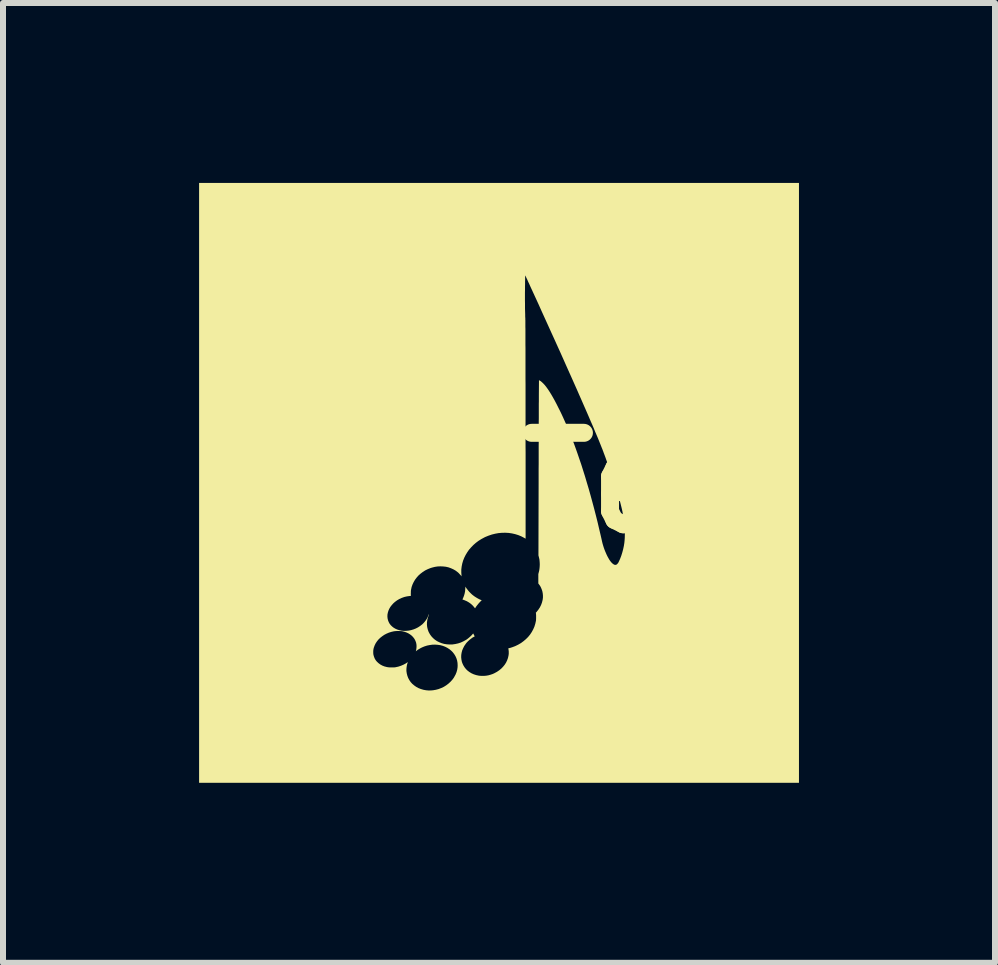
<source format=kicad_pcb>
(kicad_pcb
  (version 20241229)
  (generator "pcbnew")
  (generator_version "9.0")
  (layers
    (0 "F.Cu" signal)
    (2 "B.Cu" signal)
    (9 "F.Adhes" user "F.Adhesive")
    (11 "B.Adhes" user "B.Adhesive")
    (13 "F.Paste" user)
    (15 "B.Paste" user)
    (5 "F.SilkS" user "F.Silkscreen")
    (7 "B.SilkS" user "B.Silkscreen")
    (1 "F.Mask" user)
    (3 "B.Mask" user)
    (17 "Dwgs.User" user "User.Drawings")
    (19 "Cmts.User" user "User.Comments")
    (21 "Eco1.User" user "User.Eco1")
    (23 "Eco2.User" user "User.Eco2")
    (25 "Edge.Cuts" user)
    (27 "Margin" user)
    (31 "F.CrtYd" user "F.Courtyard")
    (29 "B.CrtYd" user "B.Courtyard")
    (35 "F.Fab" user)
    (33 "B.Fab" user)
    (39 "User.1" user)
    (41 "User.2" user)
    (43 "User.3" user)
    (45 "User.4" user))
  (footprint "LogoTest"
    (layer "F.Cu")
    (at 5.269 5)
    (property "Reference" "LogoTest" (at 0 0 0) (layer "F.SilkS") (effects (font (size 1.524 1.524) (thickness 0.3))))
    (attr board_only exclude_from_pos_files exclude_from_bom)
    (fp_poly (pts (xy -0.552 1.744) (xy -0.536 1.767) (xy -0.517 1.791) (xy -0.496 1.816) (xy -0.473 1.839) (xy -0.451 1.86) (xy -0.435 1.873) (xy -0.411 1.891) (xy -0.385 1.908) (xy -0.358 1.924) (xy -0.332 1.938) (xy -0.308 1.949) (xy -0.304 1.95) (xy -0.297 1.953) (xy -0.292 1.956) (xy -0.29 1.958) (xy -0.292 1.96) (xy -0.296 1.965) (xy -0.302 1.97) (xy -0.312 1.979) (xy -0.324 1.992) (xy -0.338 2.007) (xy -0.351 2.023) (xy -0.365 2.04) (xy -0.377 2.056) (xy -0.387 2.07) (xy -0.393 2.081) (xy -0.397 2.086) (xy -0.399 2.09) (xy -0.4 2.09) (xy -0.402 2.088) (xy -0.406 2.083) (xy -0.412 2.076) (xy -0.413 2.074) (xy -0.438 2.045) (xy -0.467 2.018) (xy -0.5 1.994) (xy -0.536 1.973) (xy -0.573 1.957) (xy -0.592 1.95) (xy -0.601 1.947) (xy -0.607 1.945) (xy -0.609 1.944) (xy -0.609 1.944) (xy -0.609 1.941) (xy -0.606 1.936) (xy -0.603 1.927) (xy -0.6 1.922) (xy -0.585 1.884) (xy -0.574 1.847) (xy -0.566 1.808) (xy -0.563 1.768) (xy -0.563 1.766) (xy -0.561 1.729)) (stroke (width 0) (type solid)) (fill yes) (layer "F.SilkS"))
    (fp_poly (pts (xy 5 5) (xy -5 5) (xy -5 2.826) (xy -2.097 2.826) (xy -2.096 2.851) (xy -2.093 2.869) (xy -2.083 2.902) (xy -2.07 2.933) (xy -2.052 2.961) (xy -2.035 2.981) (xy -2.008 3.006) (xy -1.978 3.028) (xy -1.945 3.046) (xy -1.909 3.06) (xy -1.869 3.07) (xy -1.864 3.071) (xy -1.851 3.073) (xy -1.834 3.075) (xy -1.815 3.076) (xy -1.795 3.076) (xy -1.775 3.076) (xy -1.755 3.076) (xy -1.739 3.075) (xy -1.725 3.073) (xy -1.725 3.073) (xy -1.679 3.063) (xy -1.634 3.048) (xy -1.592 3.03) (xy -1.553 3.009) (xy -1.542 3.001) (xy -1.533 2.996) (xy -1.526 2.991) (xy -1.522 2.989) (xy -1.521 2.989) (xy -1.521 2.991) (xy -1.523 2.997) (xy -1.525 3.002) (xy -1.531 3.02) (xy -1.536 3.041) (xy -1.54 3.065) (xy -1.543 3.09) (xy -1.544 3.113) (xy -1.544 3.134) (xy -1.544 3.136) (xy -1.538 3.177) (xy -1.528 3.216) (xy -1.514 3.253) (xy -1.495 3.288) (xy -1.473 3.32) (xy -1.446 3.35) (xy -1.415 3.376) (xy -1.381 3.4) (xy -1.347 3.419) (xy -1.304 3.436) (xy -1.26 3.449) (xy -1.215 3.457) (xy -1.168 3.461) (xy -1.121 3.459) (xy -1.101 3.457) (xy -1.054 3.449) (xy -1.008 3.437) (xy -0.964 3.42) (xy -0.921 3.4) (xy -0.881 3.375) (xy -0.844 3.347) (xy -0.81 3.316) (xy -0.779 3.282) (xy -0.752 3.245) (xy -0.745 3.232) (xy -0.724 3.194) (xy -0.708 3.154) (xy -0.697 3.114) (xy -0.691 3.073) (xy -0.69 3.041) (xy -0.692 3) (xy -0.699 2.96) (xy -0.711 2.922) (xy -0.727 2.887) (xy -0.748 2.853) (xy -0.773 2.821) (xy -0.794 2.8) (xy -0.826 2.773) (xy -0.862 2.75) (xy -0.899 2.731) (xy -0.939 2.716) (xy -0.98 2.705) (xy -1.023 2.699) (xy -1.066 2.696) (xy -1.111 2.697) (xy -1.155 2.703) (xy -1.2 2.712) (xy -1.244 2.726) (xy -1.287 2.744) (xy -1.292 2.747) (xy -1.312 2.757) (xy -1.332 2.769) (xy -1.351 2.78) (xy -1.367 2.792) (xy -1.377 2.799) (xy -1.387 2.808) (xy -1.384 2.796) (xy -1.379 2.772) (xy -1.376 2.745) (xy -1.375 2.718) (xy -1.377 2.691) (xy -1.382 2.667) (xy -1.382 2.664) (xy -1.394 2.632) (xy -1.409 2.602) (xy -1.429 2.575) (xy -1.452 2.55) (xy -1.48 2.528) (xy -1.51 2.509) (xy -1.544 2.493) (xy -1.58 2.481) (xy -1.613 2.473) (xy -1.629 2.471) (xy -1.649 2.47) (xy -1.672 2.469) (xy -1.695 2.469) (xy -1.717 2.47) (xy -1.736 2.472) (xy -1.749 2.473) (xy -1.793 2.483) (xy -1.835 2.496) (xy -1.875 2.513) (xy -1.913 2.533) (xy -1.948 2.557) (xy -1.981 2.583) (xy -2.01 2.611) (xy -2.035 2.642) (xy -2.057 2.675) (xy -2.074 2.71) (xy -2.087 2.746) (xy -2.089 2.752) (xy -2.094 2.775) (xy -2.097 2.801) (xy -2.097 2.826) (xy -5 2.826) (xy -5 2.228) (xy -1.861 2.228) (xy -1.858 2.259) (xy -1.851 2.289) (xy -1.84 2.318) (xy -1.825 2.346) (xy -1.805 2.372) (xy -1.781 2.395) (xy -1.761 2.411) (xy -1.73 2.43) (xy -1.696 2.445) (xy -1.66 2.456) (xy -1.622 2.464) (xy -1.584 2.467) (xy -1.544 2.466) (xy -1.504 2.462) (xy -1.465 2.454) (xy -1.425 2.442) (xy -1.387 2.427) (xy -1.35 2.408) (xy -1.315 2.385) (xy -1.281 2.359) (xy -1.269 2.348) (xy -1.245 2.322) (xy -1.223 2.294) (xy -1.204 2.265) (xy -1.189 2.236) (xy -1.18 2.211) (xy -1.176 2.201) (xy -1.173 2.194) (xy -1.17 2.192) (xy -1.168 2.194) (xy -1.169 2.197) (xy -1.184 2.239) (xy -1.195 2.281) (xy -1.201 2.322) (xy -1.202 2.363) (xy -1.198 2.402) (xy -1.189 2.441) (xy -1.176 2.478) (xy -1.171 2.489) (xy -1.151 2.525) (xy -1.128 2.557) (xy -1.1 2.587) (xy -1.069 2.614) (xy -1.035 2.637) (xy -0.997 2.656) (xy -0.957 2.672) (xy -0.915 2.684) (xy -0.869 2.691) (xy -0.823 2.694) (xy -0.776 2.693) (xy -0.729 2.686) (xy -0.683 2.676) (xy -0.637 2.661) (xy -0.594 2.641) (xy -0.552 2.618) (xy -0.542 2.612) (xy -0.515 2.592) (xy -0.489 2.57) (xy -0.463 2.546) (xy -0.442 2.523) (xy -0.431 2.51) (xy -0.418 2.534) (xy -0.413 2.544) (xy -0.409 2.552) (xy -0.406 2.557) (xy -0.406 2.559) (xy -0.408 2.56) (xy -0.413 2.563) (xy -0.417 2.565) (xy -0.441 2.578) (xy -0.465 2.596) (xy -0.49 2.615) (xy -0.514 2.637) (xy -0.536 2.659) (xy -0.554 2.681) (xy -0.554 2.682) (xy -0.579 2.718) (xy -0.598 2.755) (xy -0.614 2.792) (xy -0.624 2.831) (xy -0.63 2.869) (xy -0.631 2.908) (xy -0.627 2.946) (xy -0.619 2.984) (xy -0.61 3.009) (xy -0.594 3.043) (xy -0.574 3.075) (xy -0.55 3.105) (xy -0.523 3.131) (xy -0.492 3.154) (xy -0.457 3.175) (xy -0.421 3.191) (xy -0.381 3.204) (xy -0.339 3.213) (xy -0.336 3.214) (xy -0.319 3.215) (xy -0.299 3.217) (xy -0.277 3.217) (xy -0.255 3.217) (xy -0.235 3.216) (xy -0.217 3.214) (xy -0.213 3.214) (xy -0.174 3.207) (xy -0.139 3.197) (xy -0.104 3.185) (xy -0.074 3.171) (xy -0.034 3.149) (xy 0.003 3.124) (xy 0.037 3.096) (xy 0.067 3.065) (xy 0.094 3.032) (xy 0.117 2.996) (xy 0.135 2.958) (xy 0.149 2.919) (xy 0.158 2.879) (xy 0.16 2.865) (xy 0.162 2.849) (xy 0.162 2.83) (xy 0.162 2.811) (xy 0.16 2.792) (xy 0.158 2.777) (xy 0.157 2.773) (xy 0.156 2.765) (xy 0.155 2.76) (xy 0.156 2.758) (xy 0.159 2.757) (xy 0.165 2.755) (xy 0.174 2.753) (xy 0.177 2.753) (xy 0.198 2.747) (xy 0.222 2.739) (xy 0.246 2.73) (xy 0.27 2.721) (xy 0.272 2.72) (xy 0.321 2.696) (xy 0.367 2.669) (xy 0.409 2.638) (xy 0.449 2.604) (xy 0.485 2.568) (xy 0.517 2.529) (xy 0.545 2.487) (xy 0.569 2.443) (xy 0.589 2.398) (xy 0.604 2.35) (xy 0.615 2.301) (xy 0.615 2.299) (xy 0.617 2.289) (xy 0.617 2.275) (xy 0.618 2.259) (xy 0.618 2.242) (xy 0.618 2.225) (xy 0.618 2.208) (xy 0.617 2.194) (xy 0.617 2.182) (xy 0.616 2.177) (xy 0.613 2.165) (xy 0.627 2.15) (xy 0.656 2.113) (xy 0.681 2.075) (xy 0.701 2.035) (xy 0.716 1.994) (xy 0.727 1.95) (xy 0.728 1.944) (xy 0.732 1.912) (xy 0.732 1.878) (xy 0.729 1.844) (xy 0.723 1.811) (xy 0.717 1.79) (xy 0.706 1.761) (xy 0.693 1.732) (xy 0.677 1.706) (xy 0.665 1.69) (xy 0.655 1.677) (xy 0.655 1.52) (xy 0.662 1.492) (xy 0.669 1.465) (xy 0.673 1.439) (xy 0.676 1.414) (xy 0.678 1.387) (xy 0.679 1.359) (xy 0.678 1.33) (xy 0.676 1.304) (xy 0.674 1.28) (xy 0.669 1.257) (xy 0.663 1.232) (xy 0.657 1.209) (xy 0.66 0.001) (xy 0.66 -0.079) (xy 0.66 -0.158) (xy 0.66 -0.237) (xy 0.661 -0.316) (xy 0.661 -0.393) (xy 0.661 -0.47) (xy 0.661 -0.545) (xy 0.661 -0.619) (xy 0.662 -0.691) (xy 0.662 -0.762) (xy 0.662 -0.83) (xy 0.662 -0.896) (xy 0.662 -0.959) (xy 0.662 -1.02) (xy 0.663 -1.079) (xy 0.663 -1.134) (xy 0.663 -1.186) (xy 0.663 -1.234) (xy 0.663 -1.279) (xy 0.663 -1.32) (xy 0.664 -1.357) (xy 0.664 -1.389) (xy 0.664 -1.418) (xy 0.664 -1.441) (xy 0.664 -1.459) (xy 0.666 -1.712) (xy 0.676 -1.707) (xy 0.696 -1.695) (xy 0.717 -1.677) (xy 0.74 -1.655) (xy 0.764 -1.629) (xy 0.789 -1.597) (xy 0.815 -1.561) (xy 0.842 -1.52) (xy 0.87 -1.475) (xy 0.899 -1.425) (xy 0.929 -1.371) (xy 0.96 -1.312) (xy 0.992 -1.248) (xy 1.012 -1.209) (xy 1.045 -1.141) (xy 1.076 -1.073) (xy 1.106 -1.006) (xy 1.135 -0.939) (xy 1.164 -0.87) (xy 1.192 -0.801) (xy 1.22 -0.729) (xy 1.249 -0.655) (xy 1.277 -0.578) (xy 1.306 -0.496) (xy 1.335 -0.411) (xy 1.337 -0.405) (xy 1.369 -0.312) (xy 1.4 -0.214) (xy 1.432 -0.113) (xy 1.463 -0.008) (xy 1.495 0.099) (xy 1.526 0.209) (xy 1.556 0.319) (xy 1.586 0.431) (xy 1.615 0.544) (xy 1.643 0.656) (xy 1.669 0.767) (xy 1.695 0.877) (xy 1.708 0.934) (xy 1.717 0.975) (xy 1.726 1.012) (xy 1.736 1.046) (xy 1.746 1.078) (xy 1.757 1.109) (xy 1.769 1.14) (xy 1.783 1.172) (xy 1.791 1.191) (xy 1.807 1.224) (xy 1.823 1.253) (xy 1.838 1.279) (xy 1.853 1.301) (xy 1.868 1.32) (xy 1.879 1.332) (xy 1.894 1.346) (xy 1.909 1.357) (xy 1.923 1.364) (xy 1.935 1.367) (xy 1.937 1.367) (xy 1.951 1.365) (xy 1.965 1.358) (xy 1.977 1.345) (xy 1.989 1.329) (xy 1.995 1.317) (xy 2.017 1.269) (xy 2.037 1.217) (xy 2.054 1.163) (xy 2.069 1.107) (xy 2.081 1.051) (xy 2.089 1) (xy 2.093 0.96) (xy 2.096 0.917) (xy 2.097 0.872) (xy 2.098 0.827) (xy 2.097 0.783) (xy 2.095 0.745) (xy 2.091 0.695) (xy 2.085 0.644) (xy 2.078 0.592) (xy 2.068 0.538) (xy 2.058 0.481) (xy 2.045 0.423) (xy 2.03 0.362) (xy 2.014 0.299) (xy 1.996 0.232) (xy 1.975 0.162) (xy 1.952 0.089) (xy 1.928 0.012) (xy 1.901 -0.068) (xy 1.873 -0.149) (xy 1.865 -0.171) (xy 1.856 -0.196) (xy 1.846 -0.224) (xy 1.835 -0.254) (xy 1.824 -0.286) (xy 1.812 -0.318) (xy 1.8 -0.351) (xy 1.788 -0.384) (xy 1.777 -0.416) (xy 1.766 -0.446) (xy 1.755 -0.475) (xy 1.745 -0.501) (xy 1.737 -0.524) (xy 1.729 -0.544) (xy 1.725 -0.556) (xy 1.709 -0.595) (xy 1.692 -0.638) (xy 1.673 -0.685) (xy 1.652 -0.737) (xy 1.629 -0.792) (xy 1.603 -0.852) (xy 1.577 -0.916) (xy 1.548 -0.983) (xy 1.517 -1.054) (xy 1.485 -1.129) (xy 1.451 -1.207) (xy 1.415 -1.289) (xy 1.378 -1.374) (xy 1.339 -1.462) (xy 1.299 -1.554) (xy 1.257 -1.648) (xy 1.214 -1.745) (xy 1.169 -1.845) (xy 1.123 -1.948) (xy 1.076 -2.054) (xy 1.028 -2.162) (xy 0.978 -2.272) (xy 0.927 -2.385) (xy 0.875 -2.499) (xy 0.822 -2.616) (xy 0.768 -2.735) (xy 0.713 -2.856) (xy 0.658 -2.979) (xy 0.601 -3.103) (xy 0.543 -3.229) (xy 0.524 -3.27) (xy 0.512 -3.297) (xy 0.5 -3.324) (xy 0.488 -3.348) (xy 0.478 -3.371) (xy 0.469 -3.392) (xy 0.46 -3.41) (xy 0.453 -3.425) (xy 0.448 -3.437) (xy 0.445 -3.444) (xy 0.443 -3.447) (xy 0.438 -3.459) (xy 0.436 -3.447) (xy 0.436 -3.443) (xy 0.436 -3.434) (xy 0.435 -3.421) (xy 0.435 -3.404) (xy 0.435 -3.384) (xy 0.434 -3.362) (xy 0.434 -3.336) (xy 0.434 -3.309) (xy 0.433 -3.28) (xy 0.433 -3.26) (xy 0.433 -3.216) (xy 0.432 -3.172) (xy 0.432 -3.127) (xy 0.432 -3.082) (xy 0.432 -3.038) (xy 0.433 -2.994) (xy 0.433 -2.952) (xy 0.433 -2.912) (xy 0.434 -2.874) (xy 0.435 -2.84) (xy 0.436 -2.808) (xy 0.436 -2.78) (xy 0.437 -2.757) (xy 0.438 -2.747) (xy 0.438 -2.742) (xy 0.438 -2.735) (xy 0.438 -2.724) (xy 0.439 -2.711) (xy 0.439 -2.694) (xy 0.439 -2.675) (xy 0.439 -2.653) (xy 0.439 -2.627) (xy 0.439 -2.599) (xy 0.44 -2.567) (xy 0.44 -2.531) (xy 0.44 -2.492) (xy 0.44 -2.45) (xy 0.44 -2.404) (xy 0.44 -2.354) (xy 0.44 -2.301) (xy 0.441 -2.244) (xy 0.441 -2.183) (xy 0.441 -2.118) (xy 0.441 -2.049) (xy 0.441 -1.976) (xy 0.441 -1.898) (xy 0.441 -1.817) (xy 0.441 -1.731) (xy 0.442 -1.64) (xy 0.442 -1.546) (xy 0.442 -1.446) (xy 0.442 -1.342) (xy 0.442 -1.233) (xy 0.442 -1.12) (xy 0.442 -1.002) (xy 0.442 -0.882) (xy 0.442 -0.788) (xy 0.442 -0.694) (xy 0.442 -0.601) (xy 0.443 -0.51) (xy 0.443 -0.421) (xy 0.443 -0.334) (xy 0.443 -0.248) (xy 0.443 -0.164) (xy 0.443 -0.082) (xy 0.443 -0.003) (xy 0.443 0.074) (xy 0.443 0.149) (xy 0.443 0.221) (xy 0.443 0.29) (xy 0.443 0.356) (xy 0.443 0.42) (xy 0.443 0.48) (xy 0.443 0.537) (xy 0.443 0.591) (xy 0.443 0.641) (xy 0.443 0.688) (xy 0.443 0.731) (xy 0.443 0.77) (xy 0.443 0.805) (xy 0.443 0.836) (xy 0.443 0.863) (xy 0.443 0.885) (xy 0.443 0.903) (xy 0.443 0.917) (xy 0.443 0.925) (xy 0.443 0.929) (xy 0.443 0.93) (xy 0.441 0.929) (xy 0.436 0.926) (xy 0.427 0.921) (xy 0.417 0.915) (xy 0.417 0.915) (xy 0.369 0.89) (xy 0.32 0.87) (xy 0.268 0.854) (xy 0.215 0.842) (xy 0.16 0.834) (xy 0.105 0.831) (xy 0.049 0.832) (xy -0.008 0.837) (xy -0.064 0.847) (xy -0.12 0.861) (xy -0.176 0.88) (xy -0.23 0.902) (xy -0.244 0.909) (xy -0.294 0.936) (xy -0.342 0.966) (xy -0.386 0.999) (xy -0.427 1.035) (xy -0.465 1.074) (xy -0.5 1.114) (xy -0.53 1.157) (xy -0.557 1.202) (xy -0.58 1.248) (xy -0.599 1.296) (xy -0.613 1.344) (xy -0.623 1.394) (xy -0.629 1.444) (xy -0.629 1.494) (xy -0.629 1.495) (xy -0.628 1.51) (xy -0.627 1.523) (xy -0.626 1.535) (xy -0.626 1.544) (xy -0.625 1.546) (xy -0.623 1.559) (xy -0.629 1.551) (xy -0.639 1.54) (xy -0.651 1.527) (xy -0.663 1.514) (xy -0.674 1.502) (xy -0.684 1.493) (xy -0.689 1.489) (xy -0.723 1.463) (xy -0.761 1.441) (xy -0.801 1.423) (xy -0.842 1.408) (xy -0.886 1.398) (xy -0.931 1.393) (xy -0.977 1.391) (xy -1.024 1.393) (xy -1.07 1.4) (xy -1.117 1.412) (xy -1.143 1.42) (xy -1.188 1.438) (xy -1.231 1.459) (xy -1.271 1.485) (xy -1.308 1.513) (xy -1.343 1.544) (xy -1.373 1.578) (xy -1.4 1.614) (xy -1.423 1.653) (xy -1.442 1.693) (xy -1.457 1.735) (xy -1.466 1.778) (xy -1.467 1.78) (xy -1.469 1.796) (xy -1.47 1.815) (xy -1.47 1.837) (xy -1.471 1.844) (xy -1.47 1.884) (xy -1.493 1.886) (xy -1.536 1.892) (xy -1.579 1.902) (xy -1.621 1.917) (xy -1.661 1.935) (xy -1.7 1.958) (xy -1.735 1.984) (xy -1.762 2.008) (xy -1.789 2.038) (xy -1.812 2.068) (xy -1.83 2.099) (xy -1.844 2.131) (xy -1.854 2.164) (xy -1.86 2.196) (xy -1.861 2.228) (xy -5 2.228) (xy -5 -5) (xy 5 -5)) (stroke (width 0) (type solid)) (fill yes) (layer "F.SilkS")))
  (gr_rect
    (start -3 -3)
    (end 13.537 13)
    (stroke (width 0.1) (type default))
    (fill no)
    (layer "Edge.Cuts")))
</source>
